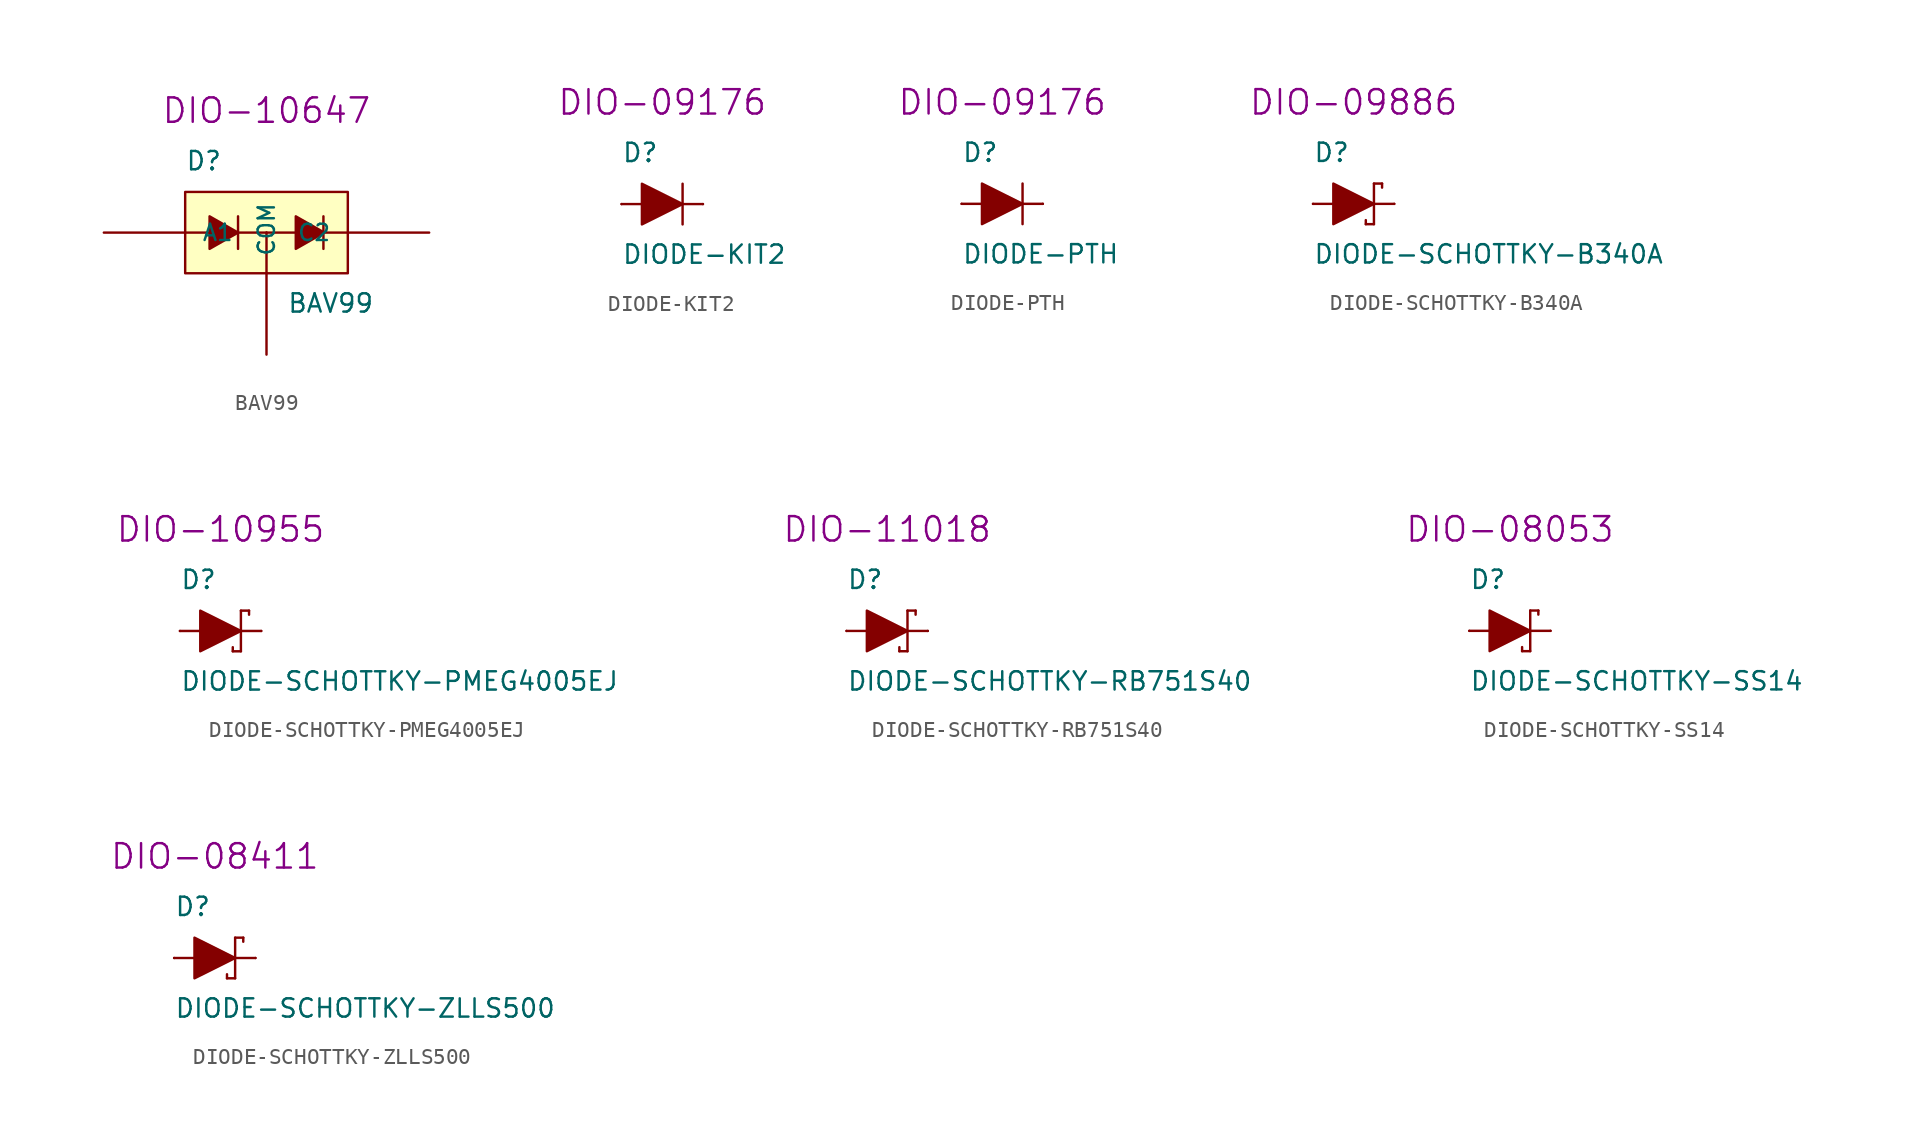
<source format=kicad_sym>
(kicad_symbol_lib
  (version 20201005)
  (generator kicad_symbol_editor)
  (symbol "BAV99"
    (pin_numbers hide)
    (pin_names
      (offset 1.016))
    (property "Reference" "D"
      (at -5.08 3.81 0)
      (effects (font (size 1.143 1.143)) (justify left bottom)))
    (property "Value" "BAV99"
      (at 1.27 -5.08 0)
      (effects (font (size 1.143 1.143)) (justify left bottom)))
    (property "Field4" "DIO-10647"
      (at 0 7.62 0)
      (effects (font (size 1.524 1.524))))
    (property "ki_locked" ""
      (at 0 0 0)
      (effects (font (size 1.27 1.27))))
    (symbol "BAV99_1_0"
      (polyline (pts (xy -5.08 0) (xy -3.556 0)) (stroke (width 0)) (fill (type none)))
      (polyline (pts (xy -1.778 0) (xy -1.778 -1.016)) (stroke (width 0)) (fill (type none)))
      (polyline (pts (xy -1.778 1.016) (xy -1.778 0)) (stroke (width 0)) (fill (type none)))
      (polyline (pts (xy 0 -2.54) (xy 0 0)) (stroke (width 0)) (fill (type none)))
      (polyline (pts (xy 0 0) (xy -1.778 0)) (stroke (width 0)) (fill (type none)))
      (polyline (pts (xy 1.778 0) (xy 0 0)) (stroke (width 0)) (fill (type none)))
      (polyline (pts (xy 3.556 0) (xy 3.556 -1.016)) (stroke (width 0)) (fill (type none)))
      (polyline (pts (xy 3.556 1.016) (xy 3.556 0)) (stroke (width 0)) (fill (type none)))
      (polyline (pts (xy 5.08 0) (xy 3.556 0)) (stroke (width 0)) (fill (type none))))
    (symbol "BAV99_1_1"
      (polyline (pts (xy -3.556 1.016) (xy -1.778 0) (xy -1.778 0) (xy -3.556 -1.016) (xy -3.556 -1.016) (xy -3.556 1.016)) (stroke (width 0)) (fill (type outline)))
      (polyline (pts (xy 1.829 1.016) (xy 3.607 0) (xy 3.607 0) (xy 1.829 -1.016) (xy 1.829 -1.016) (xy 1.829 1.016)) (stroke (width 0)) (fill (type outline)))
      (polyline (pts (xy -5.08 2.54) (xy 5.08 2.54) (xy 5.08 0) (xy 5.08 -2.54) (xy 0 -2.54) (xy -5.08 -2.54) (xy -5.08 0) (xy -5.08 2.54)) (stroke (width 0)) (fill (type background)))
      (pin bidirectional line (at -10.16 0 0) (length 5.08) (name "A1" (effects (font (size 1.016 1.016)))) (number "1" (effects (font (size 1.016 1.016)))))
      (pin bidirectional line (at 10.16 0 180) (length 5.08) (name "C2" (effects (font (size 1.016 1.016)))) (number "2" (effects (font (size 1.016 1.016)))))
      (pin bidirectional line (at 0 -7.62 90) (length 5.08) (name "COM" (effects (font (size 1.016 1.016)))) (number "3" (effects (font (size 1.016 1.016)))))))
  (symbol "DIODE-KIT2"
    (pin_numbers hide)
    (pin_names
      (offset 1.016) hide)
    (property "Reference" "D"
      (at -2.54 2.54 0)
      (effects (font (size 1.143 1.143)) (justify left bottom)))
    (property "Value" "DIODE-KIT2"
      (at -2.54 -3.81 0)
      (effects (font (size 1.143 1.143)) (justify left bottom)))
    (property "Field4" "DIO-09176"
      (at 0 6.35 0)
      (effects (font (size 1.524 1.524))))
    (property "ki_locked" ""
      (at 0 0 0)
      (effects (font (size 1.27 1.27))))
    (symbol "DIODE-KIT2_1_0"
      (polyline (pts (xy -2.54 0) (xy -1.27 0)) (stroke (width 0)) (fill (type none)))
      (polyline (pts (xy 1.27 0) (xy 1.27 -1.27)) (stroke (width 0)) (fill (type none)))
      (polyline (pts (xy 1.27 1.27) (xy 1.27 0)) (stroke (width 0)) (fill (type none)))
      (polyline (pts (xy 2.54 0) (xy 1.27 0)) (stroke (width 0)) (fill (type none))))
    (symbol "DIODE-KIT2_1_1"
      (polyline (pts (xy -1.27 1.27) (xy 1.27 0) (xy 1.27 0) (xy -1.27 -1.27) (xy -1.27 -1.27) (xy -1.27 1.27)) (stroke (width 0)) (fill (type outline)))
      (pin passive line (at -2.54 0 0) (length 0) (name "A" (effects (font (size 1.016 1.016)))) (number "A" (effects (font (size 1.016 1.016)))))
      (pin passive line (at 2.54 0 180) (length 0) (name "C" (effects (font (size 1.016 1.016)))) (number "C" (effects (font (size 1.016 1.016)))))))
  (symbol "DIODE-PTH"
    (pin_numbers hide)
    (pin_names
      (offset 1.016) hide)
    (property "Reference" "D"
      (at -2.54 2.54 0)
      (effects (font (size 1.143 1.143)) (justify left bottom)))
    (property "Value" "DIODE-PTH"
      (at -2.54 -3.81 0)
      (effects (font (size 1.143 1.143)) (justify left bottom)))
    (property "Field4" "DIO-09176"
      (at 0 6.35 0)
      (effects (font (size 1.524 1.524))))
    (property "ki_locked" ""
      (at 0 0 0)
      (effects (font (size 1.27 1.27))))
    (symbol "DIODE-PTH_1_0"
      (polyline (pts (xy -2.54 0) (xy -1.27 0)) (stroke (width 0)) (fill (type none)))
      (polyline (pts (xy 1.27 0) (xy 1.27 -1.27)) (stroke (width 0)) (fill (type none)))
      (polyline (pts (xy 1.27 1.27) (xy 1.27 0)) (stroke (width 0)) (fill (type none)))
      (polyline (pts (xy 2.54 0) (xy 1.27 0)) (stroke (width 0)) (fill (type none))))
    (symbol "DIODE-PTH_1_1"
      (polyline (pts (xy -1.27 1.27) (xy 1.27 0) (xy 1.27 0) (xy -1.27 -1.27) (xy -1.27 -1.27) (xy -1.27 1.27)) (stroke (width 0)) (fill (type outline)))
      (pin passive line (at -2.54 0 0) (length 0) (name "A" (effects (font (size 1.016 1.016)))) (number "A" (effects (font (size 1.016 1.016)))))
      (pin passive line (at 2.54 0 180) (length 0) (name "C" (effects (font (size 1.016 1.016)))) (number "C" (effects (font (size 1.016 1.016)))))))
  (symbol "DIODE-SCHOTTKY-B340A"
    (pin_numbers hide)
    (pin_names
      (offset 1.016) hide)
    (property "Reference" "D"
      (at -2.54 2.54 0)
      (effects (font (size 1.143 1.143)) (justify left bottom)))
    (property "Value" "DIODE-SCHOTTKY-B340A"
      (at -2.54 -3.81 0)
      (effects (font (size 1.143 1.143)) (justify left bottom)))
    (property "Field4" "DIO-09886"
      (at 0 6.35 0)
      (effects (font (size 1.524 1.524))))
    (property "ki_locked" ""
      (at 0 0 0)
      (effects (font (size 1.27 1.27))))
    (symbol "DIODE-SCHOTTKY-B340A_1_0"
      (polyline (pts (xy -2.54 0) (xy -1.27 0)) (stroke (width 0)) (fill (type none)))
      (polyline (pts (xy 0.762 -1.27) (xy 0.762 -1.016)) (stroke (width 0)) (fill (type none)))
      (polyline (pts (xy 1.27 -1.27) (xy 0.762 -1.27)) (stroke (width 0)) (fill (type none)))
      (polyline (pts (xy 1.27 0) (xy 1.27 -1.27)) (stroke (width 0)) (fill (type none)))
      (polyline (pts (xy 1.27 1.27) (xy 1.27 0)) (stroke (width 0)) (fill (type none)))
      (polyline (pts (xy 1.27 1.27) (xy 1.778 1.27)) (stroke (width 0)) (fill (type none)))
      (polyline (pts (xy 1.778 1.27) (xy 1.778 1.016)) (stroke (width 0)) (fill (type none)))
      (polyline (pts (xy 2.54 0) (xy 1.27 0)) (stroke (width 0)) (fill (type none))))
    (symbol "DIODE-SCHOTTKY-B340A_1_1"
      (polyline (pts (xy -1.27 1.27) (xy 1.27 0) (xy 1.27 0) (xy -1.27 -1.27) (xy -1.27 -1.27) (xy -1.27 1.27)) (stroke (width 0)) (fill (type outline)))
      (pin passive line (at -2.54 0 0) (length 0) (name "A" (effects (font (size 1.016 1.016)))) (number "A" (effects (font (size 1.016 1.016)))))
      (pin passive line (at 2.54 0 180) (length 0) (name "C" (effects (font (size 1.016 1.016)))) (number "C" (effects (font (size 1.016 1.016)))))))
  (symbol "DIODE-SCHOTTKY-PMEG4005EJ"
    (pin_numbers hide)
    (pin_names
      (offset 1.016) hide)
    (property "Reference" "D"
      (at -2.54 2.54 0)
      (effects (font (size 1.143 1.143)) (justify left bottom)))
    (property "Value" "DIODE-SCHOTTKY-PMEG4005EJ"
      (at -2.54 -3.81 0)
      (effects (font (size 1.143 1.143)) (justify left bottom)))
    (property "Field4" "DIO-10955"
      (at 0 6.35 0)
      (effects (font (size 1.524 1.524))))
    (property "ki_locked" ""
      (at 0 0 0)
      (effects (font (size 1.27 1.27))))
    (symbol "DIODE-SCHOTTKY-PMEG4005EJ_1_0"
      (polyline (pts (xy -2.54 0) (xy -1.27 0)) (stroke (width 0)) (fill (type none)))
      (polyline (pts (xy 0.762 -1.27) (xy 0.762 -1.016)) (stroke (width 0)) (fill (type none)))
      (polyline (pts (xy 1.27 -1.27) (xy 0.762 -1.27)) (stroke (width 0)) (fill (type none)))
      (polyline (pts (xy 1.27 0) (xy 1.27 -1.27)) (stroke (width 0)) (fill (type none)))
      (polyline (pts (xy 1.27 1.27) (xy 1.27 0)) (stroke (width 0)) (fill (type none)))
      (polyline (pts (xy 1.27 1.27) (xy 1.778 1.27)) (stroke (width 0)) (fill (type none)))
      (polyline (pts (xy 1.778 1.27) (xy 1.778 1.016)) (stroke (width 0)) (fill (type none)))
      (polyline (pts (xy 2.54 0) (xy 1.27 0)) (stroke (width 0)) (fill (type none))))
    (symbol "DIODE-SCHOTTKY-PMEG4005EJ_1_1"
      (polyline (pts (xy -1.27 1.27) (xy 1.27 0) (xy 1.27 0) (xy -1.27 -1.27) (xy -1.27 -1.27) (xy -1.27 1.27)) (stroke (width 0)) (fill (type outline)))
      (pin passive line (at -2.54 0 0) (length 0) (name "A" (effects (font (size 1.016 1.016)))) (number "A" (effects (font (size 1.016 1.016)))))
      (pin passive line (at 2.54 0 180) (length 0) (name "C" (effects (font (size 1.016 1.016)))) (number "C" (effects (font (size 1.016 1.016)))))))
  (symbol "DIODE-SCHOTTKY-RB751S40"
    (pin_numbers hide)
    (pin_names
      (offset 1.016) hide)
    (property "Reference" "D"
      (at -2.54 2.54 0)
      (effects (font (size 1.143 1.143)) (justify left bottom)))
    (property "Value" "DIODE-SCHOTTKY-RB751S40"
      (at -2.54 -3.81 0)
      (effects (font (size 1.143 1.143)) (justify left bottom)))
    (property "Field4" "DIO-11018"
      (at 0 6.35 0)
      (effects (font (size 1.524 1.524))))
    (property "ki_locked" ""
      (at 0 0 0)
      (effects (font (size 1.27 1.27))))
    (symbol "DIODE-SCHOTTKY-RB751S40_1_0"
      (polyline (pts (xy -2.54 0) (xy -1.27 0)) (stroke (width 0)) (fill (type none)))
      (polyline (pts (xy 0.762 -1.27) (xy 0.762 -1.016)) (stroke (width 0)) (fill (type none)))
      (polyline (pts (xy 1.27 -1.27) (xy 0.762 -1.27)) (stroke (width 0)) (fill (type none)))
      (polyline (pts (xy 1.27 0) (xy 1.27 -1.27)) (stroke (width 0)) (fill (type none)))
      (polyline (pts (xy 1.27 1.27) (xy 1.27 0)) (stroke (width 0)) (fill (type none)))
      (polyline (pts (xy 1.27 1.27) (xy 1.778 1.27)) (stroke (width 0)) (fill (type none)))
      (polyline (pts (xy 1.778 1.27) (xy 1.778 1.016)) (stroke (width 0)) (fill (type none)))
      (polyline (pts (xy 2.54 0) (xy 1.27 0)) (stroke (width 0)) (fill (type none))))
    (symbol "DIODE-SCHOTTKY-RB751S40_1_1"
      (polyline (pts (xy -1.27 1.27) (xy 1.27 0) (xy 1.27 0) (xy -1.27 -1.27) (xy -1.27 -1.27) (xy -1.27 1.27)) (stroke (width 0)) (fill (type outline)))
      (pin passive line (at -2.54 0 0) (length 0) (name "A" (effects (font (size 1.016 1.016)))) (number "A" (effects (font (size 1.016 1.016)))))
      (pin passive line (at 2.54 0 180) (length 0) (name "C" (effects (font (size 1.016 1.016)))) (number "C" (effects (font (size 1.016 1.016)))))))
  (symbol "DIODE-SCHOTTKY-SS14"
    (pin_numbers hide)
    (pin_names
      (offset 1.016) hide)
    (property "Reference" "D"
      (at -2.54 2.54 0)
      (effects (font (size 1.143 1.143)) (justify left bottom)))
    (property "Value" "DIODE-SCHOTTKY-SS14"
      (at -2.54 -3.81 0)
      (effects (font (size 1.143 1.143)) (justify left bottom)))
    (property "Field4" "DIO-08053"
      (at 0 6.35 0)
      (effects (font (size 1.524 1.524))))
    (property "ki_locked" ""
      (at 0 0 0)
      (effects (font (size 1.27 1.27))))
    (symbol "DIODE-SCHOTTKY-SS14_1_0"
      (polyline (pts (xy -2.54 0) (xy -1.27 0)) (stroke (width 0)) (fill (type none)))
      (polyline (pts (xy 0.762 -1.27) (xy 0.762 -1.016)) (stroke (width 0)) (fill (type none)))
      (polyline (pts (xy 1.27 -1.27) (xy 0.762 -1.27)) (stroke (width 0)) (fill (type none)))
      (polyline (pts (xy 1.27 0) (xy 1.27 -1.27)) (stroke (width 0)) (fill (type none)))
      (polyline (pts (xy 1.27 1.27) (xy 1.27 0)) (stroke (width 0)) (fill (type none)))
      (polyline (pts (xy 1.27 1.27) (xy 1.778 1.27)) (stroke (width 0)) (fill (type none)))
      (polyline (pts (xy 1.778 1.27) (xy 1.778 1.016)) (stroke (width 0)) (fill (type none)))
      (polyline (pts (xy 2.54 0) (xy 1.27 0)) (stroke (width 0)) (fill (type none))))
    (symbol "DIODE-SCHOTTKY-SS14_1_1"
      (polyline (pts (xy -1.27 1.27) (xy 1.27 0) (xy 1.27 0) (xy -1.27 -1.27) (xy -1.27 -1.27) (xy -1.27 1.27)) (stroke (width 0)) (fill (type outline)))
      (pin passive line (at -2.54 0 0) (length 0) (name "A" (effects (font (size 1.016 1.016)))) (number "A" (effects (font (size 1.016 1.016)))))
      (pin passive line (at 2.54 0 180) (length 0) (name "C" (effects (font (size 1.016 1.016)))) (number "C" (effects (font (size 1.016 1.016)))))))
  (symbol "DIODE-SCHOTTKY-ZLLS500"
    (pin_numbers hide)
    (pin_names
      (offset 1.016) hide)
    (property "Reference" "D"
      (at -2.54 2.54 0)
      (effects (font (size 1.143 1.143)) (justify left bottom)))
    (property "Value" "DIODE-SCHOTTKY-ZLLS500"
      (at -2.54 -3.81 0)
      (effects (font (size 1.143 1.143)) (justify left bottom)))
    (property "Field4" "DIO-08411"
      (at 0 6.35 0)
      (effects (font (size 1.524 1.524))))
    (property "ki_locked" ""
      (at 0 0 0)
      (effects (font (size 1.27 1.27))))
    (symbol "DIODE-SCHOTTKY-ZLLS500_1_0"
      (polyline (pts (xy -2.54 0) (xy -1.27 0)) (stroke (width 0)) (fill (type none)))
      (polyline (pts (xy 0.762 -1.27) (xy 0.762 -1.016)) (stroke (width 0)) (fill (type none)))
      (polyline (pts (xy 1.27 -1.27) (xy 0.762 -1.27)) (stroke (width 0)) (fill (type none)))
      (polyline (pts (xy 1.27 0) (xy 1.27 -1.27)) (stroke (width 0)) (fill (type none)))
      (polyline (pts (xy 1.27 1.27) (xy 1.27 0)) (stroke (width 0)) (fill (type none)))
      (polyline (pts (xy 1.27 1.27) (xy 1.778 1.27)) (stroke (width 0)) (fill (type none)))
      (polyline (pts (xy 1.778 1.27) (xy 1.778 1.016)) (stroke (width 0)) (fill (type none)))
      (polyline (pts (xy 2.54 0) (xy 1.27 0)) (stroke (width 0)) (fill (type none))))
    (symbol "DIODE-SCHOTTKY-ZLLS500_1_1"
      (polyline (pts (xy -1.27 1.27) (xy 1.27 0) (xy 1.27 0) (xy -1.27 -1.27) (xy -1.27 -1.27) (xy -1.27 1.27)) (stroke (width 0)) (fill (type outline)))
      (pin passive line (at -2.54 0 0) (length 0) (name "A" (effects (font (size 1.016 1.016)))) (number "1" (effects (font (size 1.016 1.016)))))
      (pin passive line (at 2.54 0 180) (length 0) (name "C" (effects (font (size 1.016 1.016)))) (number "3" (effects (font (size 1.016 1.016))))))))
</source>
